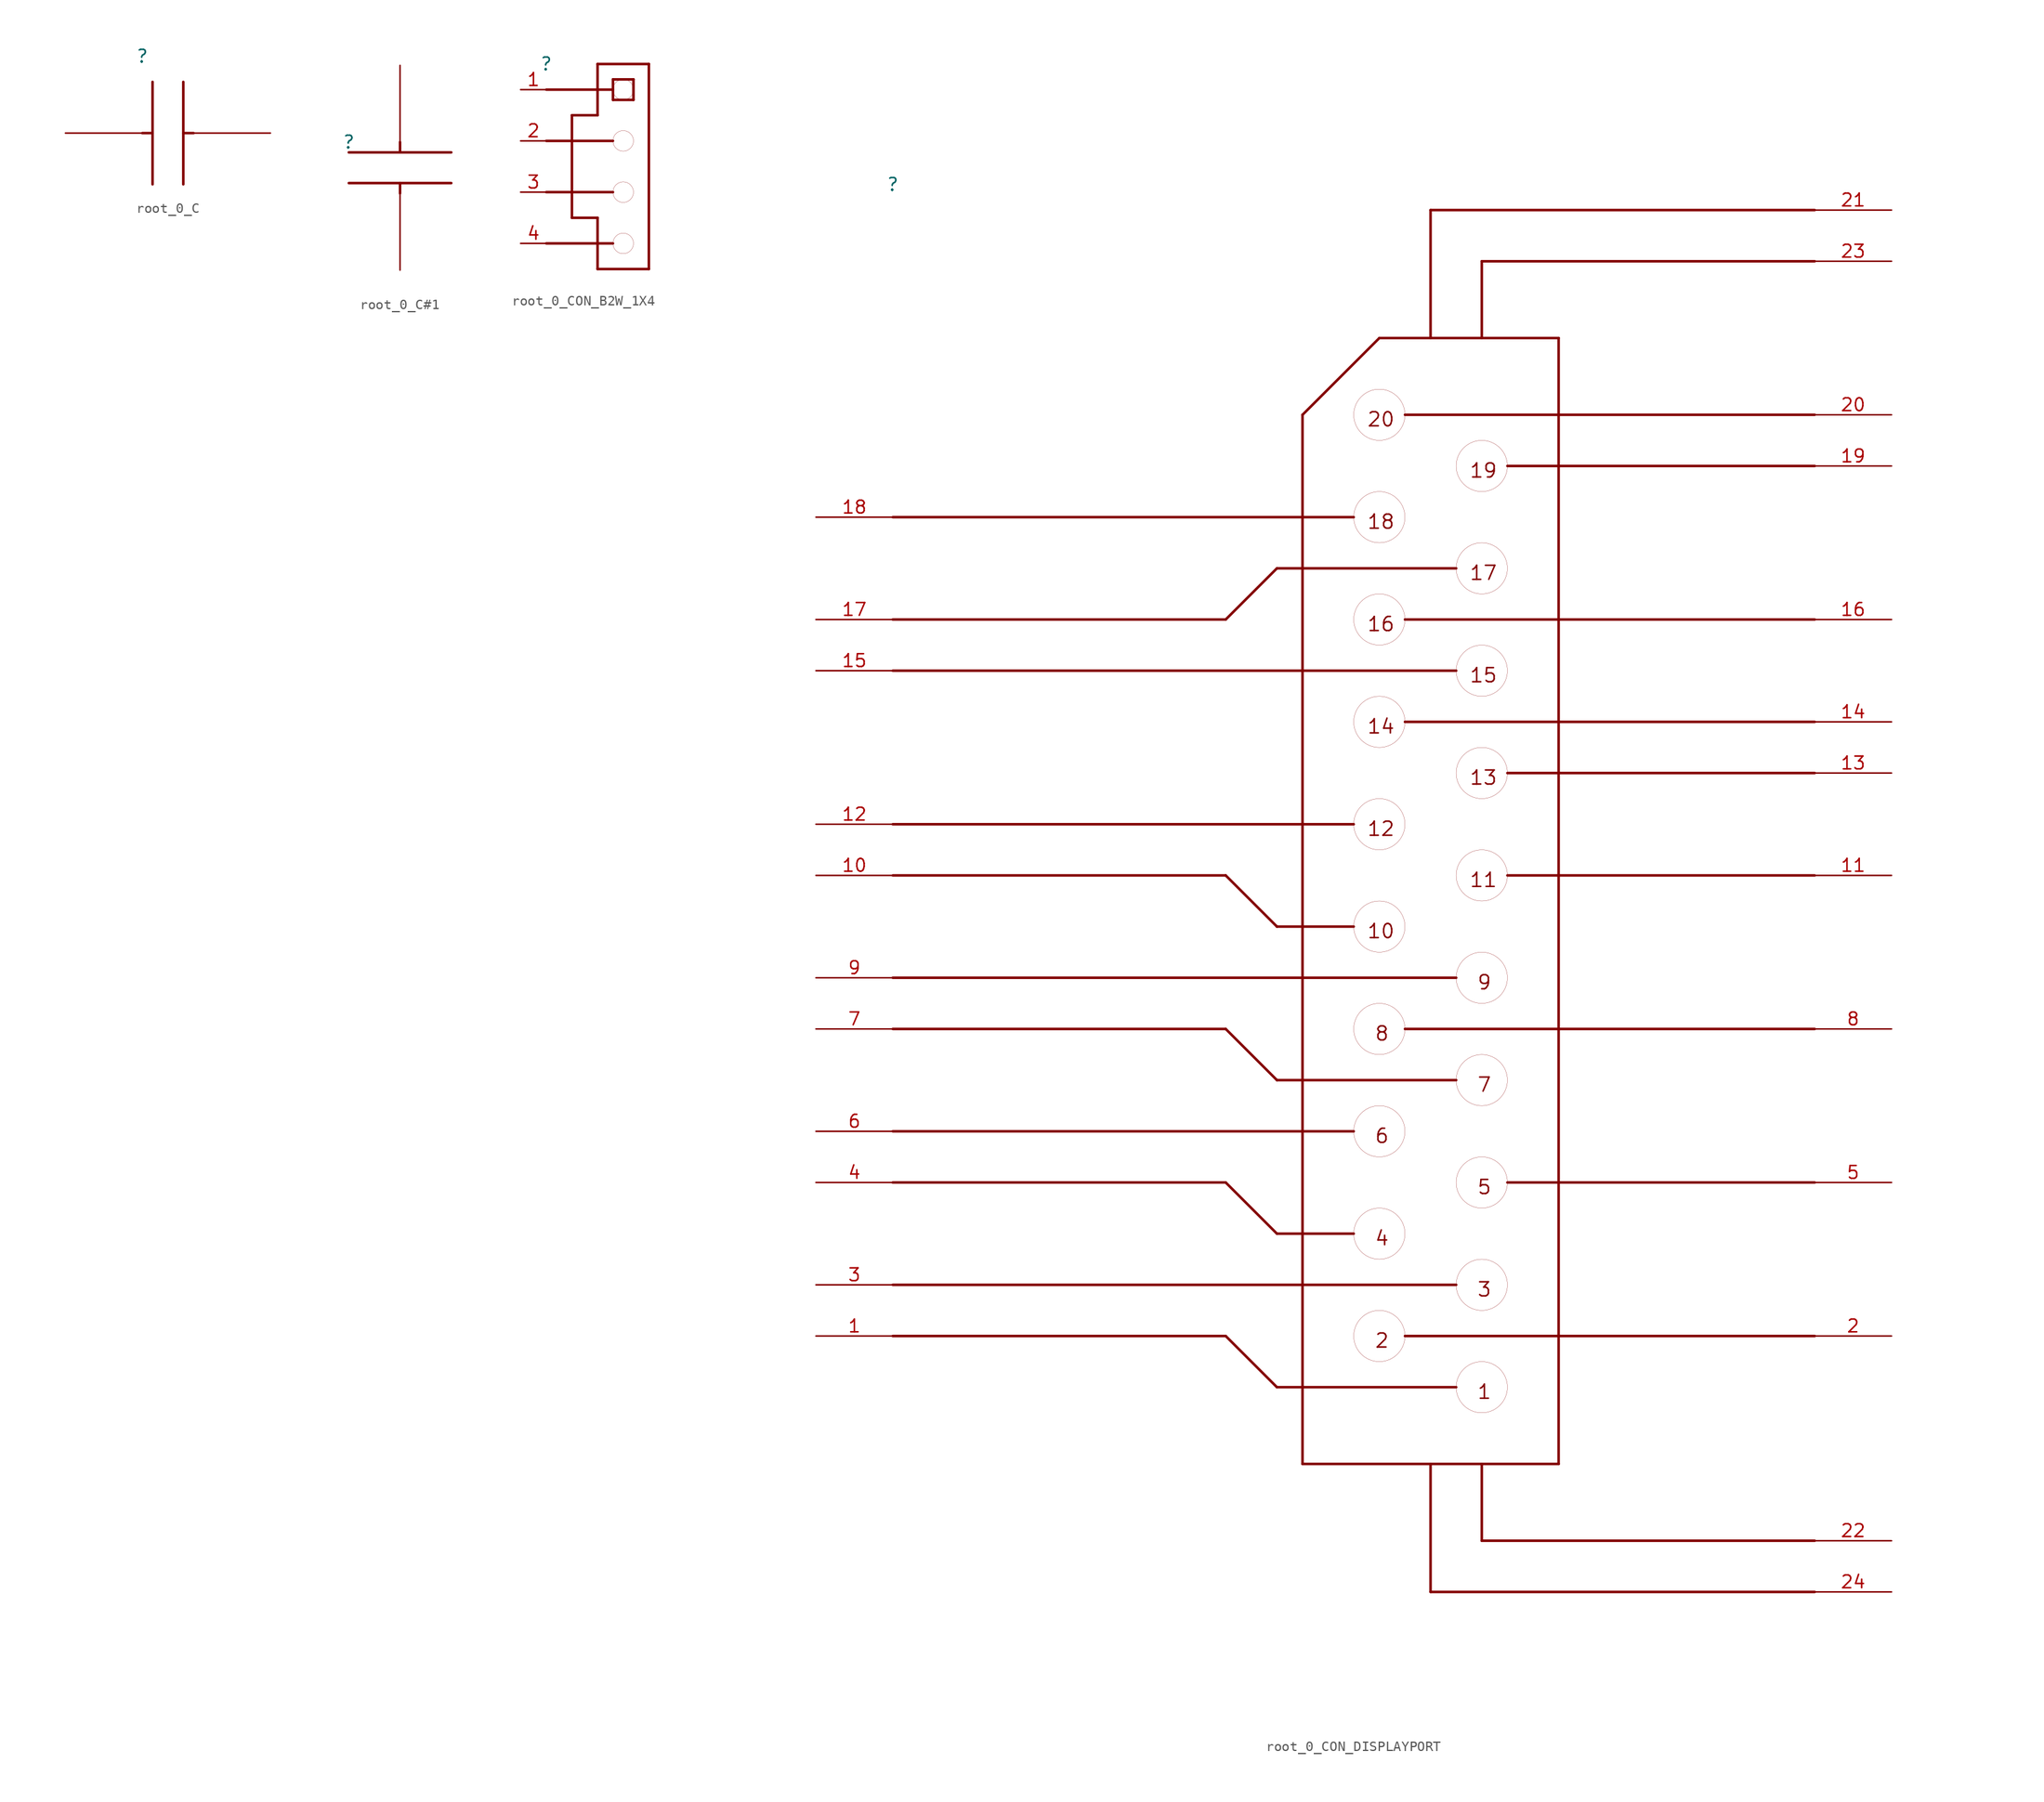
<source format=kicad_sym>
(kicad_symbol_lib
  (version 20220914)
  (generator kicad_symbol_editor)
  (symbol "root_0_C"
    (property "Reference" ""
      (at 0 0 0)
      (effects (font (size 1.27 1.27))))
    (property "Value" ""
      (at 0 0 0)
      (effects (font (size 1.27 1.27))))
    (symbol "root_0_C_1_0"
      (polyline (pts (xy 0 -7.62) (xy 1.016 -7.62)) (stroke (width 0.254) (type solid)) (fill (type none)))
      (polyline (pts (xy 1.016 -12.7) (xy 1.016 -2.54)) (stroke (width 0.254) (type solid)) (fill (type none)))
      (polyline (pts (xy 4.064 -12.7) (xy 4.064 -2.54)) (stroke (width 0.254) (type solid)) (fill (type none)))
      (polyline (pts (xy 4.064 -7.62) (xy 5.08 -7.62)) (stroke (width 0.254) (type solid)) (fill (type none)))
      (pin bidirectional line (at -7.62 -7.62 0) (length 7.62) (name "1" (effects (font (size 0 0)))) (number "1" (effects (font (size 0 0)))))
      (pin bidirectional line (at 12.7 -7.62 180) (length 7.62) (name "2" (effects (font (size 0 0)))) (number "2" (effects (font (size 0 0)))))))
  (symbol "root_0_C#1"
    (property "Reference" ""
      (at 0 0 0)
      (effects (font (size 1.27 1.27))))
    (property "Value" ""
      (at 0 0 0)
      (effects (font (size 1.27 1.27))))
    (symbol "root_0_C#1_1_0"
      (polyline (pts (xy 5.08 -4.064) (xy 5.08 -5.08)) (stroke (width 0.254) (type solid)) (fill (type none)))
      (polyline (pts (xy 5.08 0) (xy 5.08 -1.016)) (stroke (width 0.254) (type solid)) (fill (type none)))
      (polyline (pts (xy 10.16 -4.064) (xy 0 -4.064)) (stroke (width 0.254) (type solid)) (fill (type none)))
      (polyline (pts (xy 10.16 -1.016) (xy 0 -1.016)) (stroke (width 0.254) (type solid)) (fill (type none)))
      (pin bidirectional line (at 5.08 7.62 270) (length 7.62) (name "1" (effects (font (size 0 0)))) (number "1" (effects (font (size 0 0)))))
      (pin bidirectional line (at 5.08 -12.7 90) (length 7.62) (name "2" (effects (font (size 0 0)))) (number "2" (effects (font (size 0 0)))))))
  (symbol "root_0_CON_B2W_1X4"
    (property "Reference" ""
      (at 0 0 0)
      (effects (font (size 1.27 1.27))))
    (property "Value" ""
      (at 0 0 0)
      (effects (font (size 1.27 1.27))))
    (symbol "root_0_CON_B2W_1X4_1_0"
      (polyline (pts (xy 0 -17.78) (xy 6.604 -17.78)) (stroke (width 0.254) (type solid)) (fill (type none)))
      (polyline (pts (xy 0 -12.7) (xy 6.604 -12.7)) (stroke (width 0.254) (type solid)) (fill (type none)))
      (polyline (pts (xy 0 -7.62) (xy 6.604 -7.62)) (stroke (width 0.254) (type solid)) (fill (type none)))
      (polyline (pts (xy 0 -2.54) (xy 6.604 -2.54)) (stroke (width 0.254) (type solid)) (fill (type none)))
      (polyline (pts (xy 2.54 -15.24) (xy 5.08 -15.24)) (stroke (width 0.254) (type solid)) (fill (type none)))
      (polyline (pts (xy 2.54 -5.08) (xy 2.54 -15.24)) (stroke (width 0.254) (type solid)) (fill (type none)))
      (polyline (pts (xy 5.08 -20.32) (xy 10.16 -20.32)) (stroke (width 0.254) (type solid)) (fill (type none)))
      (polyline (pts (xy 5.08 -15.24) (xy 5.08 -20.32)) (stroke (width 0.254) (type solid)) (fill (type none)))
      (polyline (pts (xy 5.08 -5.08) (xy 2.54 -5.08)) (stroke (width 0.254) (type solid)) (fill (type none)))
      (polyline (pts (xy 5.08 0) (xy 5.08 -5.08)) (stroke (width 0.254) (type solid)) (fill (type none)))
      (polyline (pts (xy 6.604 -3.556) (xy 6.604 -1.524)) (stroke (width 0.254) (type solid)) (fill (type none)))
      (polyline (pts (xy 6.604 -3.556) (xy 8.636 -3.556)) (stroke (width 0.254) (type solid)) (fill (type none)))
      (polyline (pts (xy 8.636 -3.556) (xy 8.636 -1.524)) (stroke (width 0.254) (type solid)) (fill (type none)))
      (polyline (pts (xy 8.636 -1.524) (xy 6.604 -1.524)) (stroke (width 0.254) (type solid)) (fill (type none)))
      (polyline (pts (xy 10.16 -20.32) (xy 10.16 0)) (stroke (width 0.254) (type solid)) (fill (type none)))
      (polyline (pts (xy 10.16 0) (xy 5.08 0)) (stroke (width 0.254) (type solid)) (fill (type none)))
      (circle (center 7.62 -17.78) (radius 1.016) (stroke (width 0.0001) (type solid)) (fill (type none)))
      (circle (center 7.62 -12.7) (radius 1.016) (stroke (width 0.0001) (type solid)) (fill (type none)))
      (circle (center 7.62 -7.62) (radius 1.016) (stroke (width 0.0001) (type solid)) (fill (type none)))
      (circle (center 7.62 -2.54) (radius 1.016) (stroke (width 0.0001) (type solid)) (fill (type none)))
      (pin bidirectional line (at -2.54 -2.54 0) (length 2.54) (name "1" (effects (font (size 0 0)))) (number "1" (effects (font (size 1.27 1.27)))))
      (pin bidirectional line (at -2.54 -7.62 0) (length 2.54) (name "2" (effects (font (size 0 0)))) (number "2" (effects (font (size 1.27 1.27)))))
      (pin bidirectional line (at -2.54 -12.7 0) (length 2.54) (name "3" (effects (font (size 0 0)))) (number "3" (effects (font (size 1.27 1.27)))))
      (pin bidirectional line (at -2.54 -17.78 0) (length 2.54) (name "4" (effects (font (size 0 0)))) (number "4" (effects (font (size 1.27 1.27)))))))
  (symbol "root_0_CON_DISPLAYPORT"
    (property "Reference" ""
      (at 0 0 0)
      (effects (font (size 1.27 1.27))))
    (property "Value" ""
      (at 0 0 0)
      (effects (font (size 1.27 1.27))))
    (symbol "root_0_CON_DISPLAYPORT_1_0"
      (polyline (pts (xy 0 -114.3) (xy 33.02 -114.3)) (stroke (width 0.254) (type solid)) (fill (type none)))
      (polyline (pts (xy 0 -109.22) (xy 55.88 -109.22)) (stroke (width 0.254) (type solid)) (fill (type none)))
      (polyline (pts (xy 0 -99.06) (xy 33.02 -99.06)) (stroke (width 0.254) (type solid)) (fill (type none)))
      (polyline (pts (xy 0 -93.98) (xy 45.72 -93.98)) (stroke (width 0.254) (type solid)) (fill (type none)))
      (polyline (pts (xy 0 -83.82) (xy 33.02 -83.82)) (stroke (width 0.254) (type solid)) (fill (type none)))
      (polyline (pts (xy 0 -78.74) (xy 55.88 -78.74)) (stroke (width 0.254) (type solid)) (fill (type none)))
      (polyline (pts (xy 0 -68.58) (xy 33.02 -68.58)) (stroke (width 0.254) (type solid)) (fill (type none)))
      (polyline (pts (xy 0 -63.5) (xy 45.72 -63.5)) (stroke (width 0.254) (type solid)) (fill (type none)))
      (polyline (pts (xy 0 -48.26) (xy 55.88 -48.26)) (stroke (width 0.254) (type solid)) (fill (type none)))
      (polyline (pts (xy 0 -43.18) (xy 33.02 -43.18)) (stroke (width 0.254) (type solid)) (fill (type none)))
      (polyline (pts (xy 0 -33.02) (xy 45.72 -33.02)) (stroke (width 0.254) (type solid)) (fill (type none)))
      (polyline (pts (xy 38.1 -119.38) (xy 33.02 -114.3)) (stroke (width 0.254) (type solid)) (fill (type none)))
      (polyline (pts (xy 38.1 -104.14) (xy 33.02 -99.06)) (stroke (width 0.254) (type solid)) (fill (type none)))
      (polyline (pts (xy 38.1 -88.9) (xy 33.02 -83.82)) (stroke (width 0.254) (type solid)) (fill (type none)))
      (polyline (pts (xy 38.1 -73.66) (xy 33.02 -68.58)) (stroke (width 0.254) (type solid)) (fill (type none)))
      (polyline (pts (xy 38.1 -38.1) (xy 33.02 -43.18)) (stroke (width 0.254) (type solid)) (fill (type none)))
      (polyline (pts (xy 40.64 -127) (xy 66.04 -127)) (stroke (width 0.254) (type solid)) (fill (type none)))
      (polyline (pts (xy 40.64 -22.86) (xy 40.64 -127)) (stroke (width 0.254) (type solid)) (fill (type none)))
      (polyline (pts (xy 40.64 -22.86) (xy 48.26 -15.24)) (stroke (width 0.254) (type solid)) (fill (type none)))
      (polyline (pts (xy 45.72 -104.14) (xy 38.1 -104.14)) (stroke (width 0.254) (type solid)) (fill (type none)))
      (polyline (pts (xy 45.72 -73.66) (xy 38.1 -73.66)) (stroke (width 0.254) (type solid)) (fill (type none)))
      (polyline (pts (xy 50.8 -114.3) (xy 91.44 -114.3)) (stroke (width 0.254) (type solid)) (fill (type none)))
      (polyline (pts (xy 50.8 -83.82) (xy 91.44 -83.82)) (stroke (width 0.254) (type solid)) (fill (type none)))
      (polyline (pts (xy 50.8 -53.34) (xy 91.44 -53.34)) (stroke (width 0.254) (type solid)) (fill (type none)))
      (polyline (pts (xy 50.8 -43.18) (xy 91.44 -43.18)) (stroke (width 0.254) (type solid)) (fill (type none)))
      (polyline (pts (xy 50.8 -22.86) (xy 91.44 -22.86)) (stroke (width 0.254) (type solid)) (fill (type none)))
      (polyline (pts (xy 53.34 -139.7) (xy 53.34 -127)) (stroke (width 0.254) (type solid)) (fill (type none)))
      (polyline (pts (xy 53.34 -139.7) (xy 91.44 -139.7)) (stroke (width 0.254) (type solid)) (fill (type none)))
      (polyline (pts (xy 53.34 -15.24) (xy 53.34 -2.54)) (stroke (width 0.254) (type solid)) (fill (type none)))
      (polyline (pts (xy 53.34 -2.54) (xy 91.44 -2.54)) (stroke (width 0.254) (type solid)) (fill (type none)))
      (polyline (pts (xy 55.88 -119.38) (xy 38.1 -119.38)) (stroke (width 0.254) (type solid)) (fill (type none)))
      (polyline (pts (xy 55.88 -88.9) (xy 38.1 -88.9)) (stroke (width 0.254) (type solid)) (fill (type none)))
      (polyline (pts (xy 55.88 -38.1) (xy 38.1 -38.1)) (stroke (width 0.254) (type solid)) (fill (type none)))
      (polyline (pts (xy 58.42 -134.62) (xy 91.44 -134.62)) (stroke (width 0.254) (type solid)) (fill (type none)))
      (polyline (pts (xy 58.42 -127) (xy 58.42 -134.62)) (stroke (width 0.254) (type solid)) (fill (type none)))
      (polyline (pts (xy 58.42 -15.24) (xy 58.42 -7.62)) (stroke (width 0.254) (type solid)) (fill (type none)))
      (polyline (pts (xy 58.42 -7.62) (xy 91.44 -7.62)) (stroke (width 0.254) (type solid)) (fill (type none)))
      (polyline (pts (xy 60.96 -99.06) (xy 91.44 -99.06)) (stroke (width 0.254) (type solid)) (fill (type none)))
      (polyline (pts (xy 60.96 -68.58) (xy 91.44 -68.58)) (stroke (width 0.254) (type solid)) (fill (type none)))
      (polyline (pts (xy 60.96 -58.42) (xy 91.44 -58.42)) (stroke (width 0.254) (type solid)) (fill (type none)))
      (polyline (pts (xy 60.96 -27.94) (xy 91.44 -27.94)) (stroke (width 0.254) (type solid)) (fill (type none)))
      (polyline (pts (xy 66.04 -127) (xy 66.04 -15.24)) (stroke (width 0.254) (type solid)) (fill (type none)))
      (polyline (pts (xy 66.04 -15.24) (xy 48.26 -15.24)) (stroke (width 0.254) (type solid)) (fill (type none)))
      (circle (center 48.26 -114.3) (radius 2.54) (stroke (width 0.0001) (type solid)) (fill (type none)))
      (circle (center 48.26 -104.14) (radius 2.54) (stroke (width 0.0001) (type solid)) (fill (type none)))
      (circle (center 48.26 -93.98) (radius 2.54) (stroke (width 0.0001) (type solid)) (fill (type none)))
      (circle (center 48.26 -83.82) (radius 2.54) (stroke (width 0.0001) (type solid)) (fill (type none)))
      (circle (center 48.26 -73.66) (radius 2.54) (stroke (width 0.0001) (type solid)) (fill (type none)))
      (circle (center 48.26 -63.5) (radius 2.54) (stroke (width 0.0001) (type solid)) (fill (type none)))
      (circle (center 48.26 -53.34) (radius 2.54) (stroke (width 0.0001) (type solid)) (fill (type none)))
      (circle (center 48.26 -43.18) (radius 2.54) (stroke (width 0.0001) (type solid)) (fill (type none)))
      (circle (center 48.26 -33.02) (radius 2.54) (stroke (width 0.0001) (type solid)) (fill (type none)))
      (circle (center 48.26 -22.86) (radius 2.54) (stroke (width 0.0001) (type solid)) (fill (type none)))
      (circle (center 58.42 -119.38) (radius 2.54) (stroke (width 0.0001) (type solid)) (fill (type none)))
      (circle (center 58.42 -109.22) (radius 2.54) (stroke (width 0.0001) (type solid)) (fill (type none)))
      (circle (center 58.42 -99.06) (radius 2.54) (stroke (width 0.0001) (type solid)) (fill (type none)))
      (circle (center 58.42 -88.9) (radius 2.54) (stroke (width 0.0001) (type solid)) (fill (type none)))
      (circle (center 58.42 -78.74) (radius 2.54) (stroke (width 0.0001) (type solid)) (fill (type none)))
      (circle (center 58.42 -68.58) (radius 2.54) (stroke (width 0.0001) (type solid)) (fill (type none)))
      (circle (center 58.42 -58.42) (radius 2.54) (stroke (width 0.0001) (type solid)) (fill (type none)))
      (circle (center 58.42 -48.26) (radius 2.54) (stroke (width 0.0001) (type solid)) (fill (type none)))
      (circle (center 58.42 -38.1) (radius 2.54) (stroke (width 0.0001) (type solid)) (fill (type none)))
      (circle (center 58.42 -27.94) (radius 2.54) (stroke (width 0.0001) (type solid)) (fill (type none)))
      (text "1" (at 57.912 -120.65 0) (effects (font (size 1.397 1.397)) (justify left bottom)))
      (text "10" (at 46.99 -74.93 0) (effects (font (size 1.397 1.397)) (justify left bottom)))
      (text "11" (at 57.15 -69.85 0) (effects (font (size 1.397 1.397)) (justify left bottom)))
      (text "12" (at 46.99 -64.77 0) (effects (font (size 1.397 1.397)) (justify left bottom)))
      (text "13" (at 57.15 -59.69 0) (effects (font (size 1.397 1.397)) (justify left bottom)))
      (text "14" (at 46.99 -54.61 0) (effects (font (size 1.397 1.397)) (justify left bottom)))
      (text "15" (at 57.15 -49.53 0) (effects (font (size 1.397 1.397)) (justify left bottom)))
      (text "16" (at 46.99 -44.45 0) (effects (font (size 1.397 1.397)) (justify left bottom)))
      (text "17" (at 57.15 -39.37 0) (effects (font (size 1.397 1.397)) (justify left bottom)))
      (text "18" (at 46.99 -34.29 0) (effects (font (size 1.397 1.397)) (justify left bottom)))
      (text "19" (at 57.15 -29.21 0) (effects (font (size 1.397 1.397)) (justify left bottom)))
      (text "2" (at 47.752 -115.57 0) (effects (font (size 1.397 1.397)) (justify left bottom)))
      (text "20" (at 46.99 -24.13 0) (effects (font (size 1.397 1.397)) (justify left bottom)))
      (text "3" (at 57.912 -110.49 0) (effects (font (size 1.397 1.397)) (justify left bottom)))
      (text "4" (at 47.752 -105.41 0) (effects (font (size 1.397 1.397)) (justify left bottom)))
      (text "5" (at 57.912 -100.33 0) (effects (font (size 1.397 1.397)) (justify left bottom)))
      (text "6" (at 47.752 -95.25 0) (effects (font (size 1.397 1.397)) (justify left bottom)))
      (text "7" (at 57.912 -90.17 0) (effects (font (size 1.397 1.397)) (justify left bottom)))
      (text "8" (at 47.752 -85.09 0) (effects (font (size 1.397 1.397)) (justify left bottom)))
      (text "9" (at 57.912 -80.01 0) (effects (font (size 1.397 1.397)) (justify left bottom)))
      (pin bidirectional line (at -7.62 -114.3 0) (length 7.62) (name "LANE_0P" (effects (font (size 0 0)))) (number "1" (effects (font (size 1.27 1.27)))))
      (pin bidirectional line (at -7.62 -68.58 0) (length 7.62) (name "LANE_3P" (effects (font (size 0 0)))) (number "10" (effects (font (size 1.27 1.27)))))
      (pin bidirectional line (at 99.06 -68.58 180) (length 7.62) (name "GND_4" (effects (font (size 0 0)))) (number "11" (effects (font (size 1.27 1.27)))))
      (pin bidirectional line (at -7.62 -63.5 0) (length 7.62) (name "LANE_3N" (effects (font (size 0 0)))) (number "12" (effects (font (size 1.27 1.27)))))
      (pin bidirectional line (at 99.06 -58.42 180) (length 7.62) (name "MODE" (effects (font (size 0 0)))) (number "13" (effects (font (size 1.27 1.27)))))
      (pin bidirectional line (at 99.06 -53.34 180) (length 7.62) (name "CEC" (effects (font (size 0 0)))) (number "14" (effects (font (size 1.27 1.27)))))
      (pin bidirectional line (at -7.62 -48.26 0) (length 7.62) (name "AUXP" (effects (font (size 0 0)))) (number "15" (effects (font (size 1.27 1.27)))))
      (pin bidirectional line (at 99.06 -43.18 180) (length 7.62) (name "GND_7" (effects (font (size 0 0)))) (number "16" (effects (font (size 1.27 1.27)))))
      (pin bidirectional line (at -7.62 -43.18 0) (length 7.62) (name "AUXN" (effects (font (size 0 0)))) (number "17" (effects (font (size 1.27 1.27)))))
      (pin bidirectional line (at -7.62 -33.02 0) (length 7.62) (name "HPD" (effects (font (size 0 0)))) (number "18" (effects (font (size 1.27 1.27)))))
      (pin power_in line (at 99.06 -27.94 180) (length 7.62) (name "PWR_RET" (effects (font (size 0 0)))) (number "19" (effects (font (size 1.27 1.27)))))
      (pin bidirectional line (at 99.06 -114.3 180) (length 7.62) (name "GND_1" (effects (font (size 0 0)))) (number "2" (effects (font (size 1.27 1.27)))))
      (pin power_in line (at 99.06 -22.86 180) (length 7.62) (name "PWR" (effects (font (size 0 0)))) (number "20" (effects (font (size 1.27 1.27)))))
      (pin bidirectional line (at 99.06 -2.54 180) (length 7.62) (name "SHIELD4" (effects (font (size 0 0)))) (number "21" (effects (font (size 1.27 1.27)))))
      (pin bidirectional line (at 99.06 -134.62 180) (length 7.62) (name "SHIELD2" (effects (font (size 0 0)))) (number "22" (effects (font (size 1.27 1.27)))))
      (pin bidirectional line (at 99.06 -7.62 180) (length 7.62) (name "SHIELD3" (effects (font (size 0 0)))) (number "23" (effects (font (size 1.27 1.27)))))
      (pin bidirectional line (at 99.06 -139.7 180) (length 7.62) (name "SHIELD1" (effects (font (size 0 0)))) (number "24" (effects (font (size 1.27 1.27)))))
      (pin bidirectional line (at -7.62 -109.22 0) (length 7.62) (name "LANE_0N" (effects (font (size 0 0)))) (number "3" (effects (font (size 1.27 1.27)))))
      (pin bidirectional line (at -7.62 -99.06 0) (length 7.62) (name "LANE_1P" (effects (font (size 0 0)))) (number "4" (effects (font (size 1.27 1.27)))))
      (pin bidirectional line (at 99.06 -99.06 180) (length 7.62) (name "GND_2" (effects (font (size 0 0)))) (number "5" (effects (font (size 1.27 1.27)))))
      (pin bidirectional line (at -7.62 -93.98 0) (length 7.62) (name "LANE_1N" (effects (font (size 0 0)))) (number "6" (effects (font (size 1.27 1.27)))))
      (pin bidirectional line (at -7.62 -83.82 0) (length 7.62) (name "LANE_2P" (effects (font (size 0 0)))) (number "7" (effects (font (size 1.27 1.27)))))
      (pin bidirectional line (at 99.06 -83.82 180) (length 7.62) (name "GND_3" (effects (font (size 0 0)))) (number "8" (effects (font (size 1.27 1.27)))))
      (pin bidirectional line (at -7.62 -78.74 0) (length 7.62) (name "LANE_2N" (effects (font (size 0 0)))) (number "9" (effects (font (size 1.27 1.27))))))))
</source>
